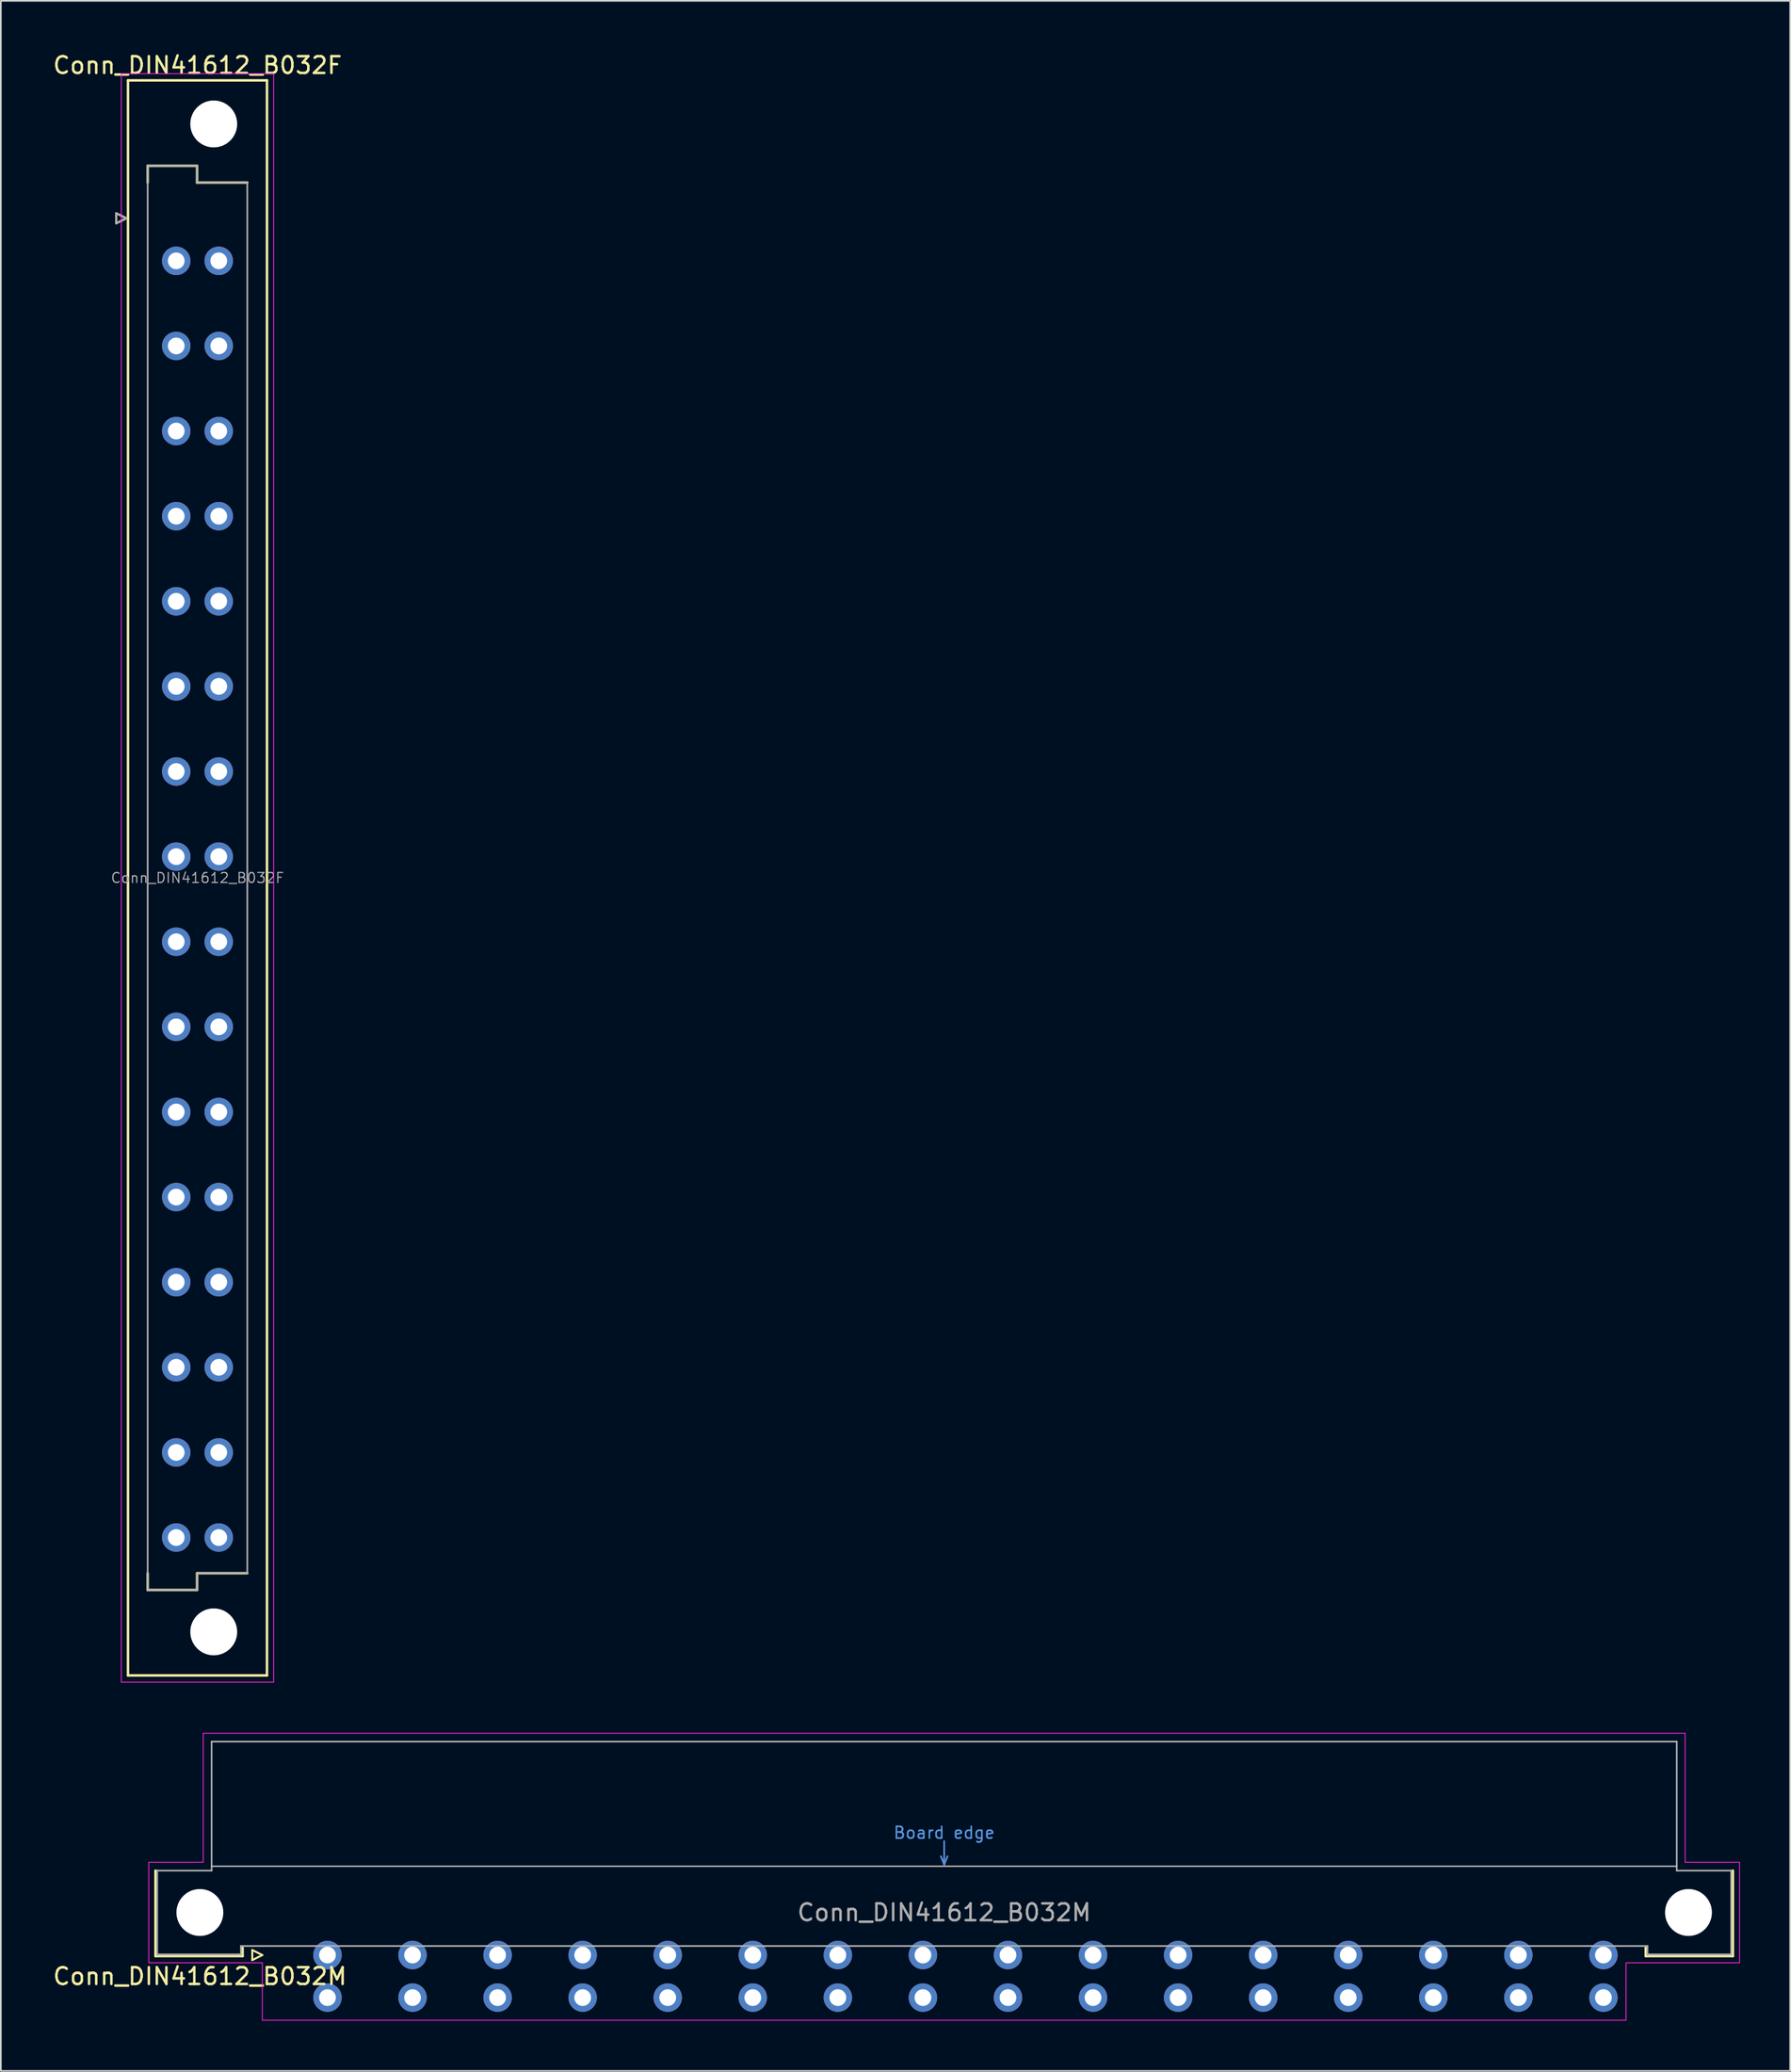
<source format=kicad_pcb>
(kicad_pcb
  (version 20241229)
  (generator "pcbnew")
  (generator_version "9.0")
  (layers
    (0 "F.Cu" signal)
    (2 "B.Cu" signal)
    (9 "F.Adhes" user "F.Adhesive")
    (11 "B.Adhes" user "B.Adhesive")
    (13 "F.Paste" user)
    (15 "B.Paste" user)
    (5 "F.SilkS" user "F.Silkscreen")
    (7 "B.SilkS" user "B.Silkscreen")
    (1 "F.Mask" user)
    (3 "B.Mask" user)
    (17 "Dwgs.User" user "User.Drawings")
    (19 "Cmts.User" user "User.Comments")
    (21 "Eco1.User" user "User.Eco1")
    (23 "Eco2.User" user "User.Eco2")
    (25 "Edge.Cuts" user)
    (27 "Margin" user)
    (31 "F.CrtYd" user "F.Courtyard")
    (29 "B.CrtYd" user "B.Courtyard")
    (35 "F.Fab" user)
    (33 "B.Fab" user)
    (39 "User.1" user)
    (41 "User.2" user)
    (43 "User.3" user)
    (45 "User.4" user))
  (footprint "Conn_DIN41612_B032M"
    (layer "F.Cu")
    (at 13.967 113.638)
    (property "Reference" "Conn_DIN41612_B032M" (at -5.08 1.27 0) (layer "F.SilkS") (effects (font (size 1 1) (thickness 0.15))))
    (attr through_hole)
    (fp_line (start -7.73 0.06) (end -7.73 -5.04) (stroke (width 0.15) (type solid)) (layer "F.SilkS"))
    (fp_line (start -2.53 -0.44) (end -2.53 0.06) (stroke (width 0.15) (type solid)) (layer "F.SilkS"))
    (fp_line (start -2.53 0.06) (end -7.73 0.06) (stroke (width 0.15) (type solid)) (layer "F.SilkS"))
    (fp_line (start -1.95 -0.3) (end -1.95 0.3) (stroke (width 0.12) (type solid)) (layer "F.SilkS"))
    (fp_line (start -1.95 0.3) (end -1.35 0) (stroke (width 0.12) (type solid)) (layer "F.SilkS"))
    (fp_line (start -1.35 0) (end -1.95 -0.3) (stroke (width 0.12) (type solid)) (layer "F.SilkS"))
    (fp_line (start 81.27 -0.44) (end 81.27 0.06) (stroke (width 0.15) (type solid)) (layer "F.SilkS"))
    (fp_line (start 81.27 0.06) (end 86.47 0.06) (stroke (width 0.15) (type solid)) (layer "F.SilkS"))
    (fp_line (start 86.47 0.06) (end 86.47 -5.04) (stroke (width 0.15) (type solid)) (layer "F.SilkS"))
    (fp_line (start -4.38 -5.3) (end 83.12 -5.3) (stroke (width 0.08) (type solid)) (layer "Dwgs.User"))
    (fp_line (start 39.17 -5.9) (end 39.37 -5.4) (stroke (width 0.1) (type solid)) (layer "Cmts.User"))
    (fp_line (start 39.37 -6.8) (end 39.37 -5.4) (stroke (width 0.1) (type solid)) (layer "Cmts.User"))
    (fp_line (start 39.37 -5.4) (end 39.57 -5.9) (stroke (width 0.1) (type solid)) (layer "Cmts.User"))
    (fp_line (start -8.13 -5.54) (end -4.88 -5.54) (stroke (width 0.05) (type solid)) (layer "F.CrtYd"))
    (fp_line (start -8.13 0.46) (end -8.13 -5.54) (stroke (width 0.05) (type solid)) (layer "F.CrtYd"))
    (fp_line (start -4.88 -13.24) (end 83.62 -13.24) (stroke (width 0.05) (type solid)) (layer "F.CrtYd"))
    (fp_line (start -4.88 -5.54) (end -4.88 -13.24) (stroke (width 0.05) (type solid)) (layer "F.CrtYd"))
    (fp_line (start -1.35 0.46) (end -8.13 0.46) (stroke (width 0.05) (type solid)) (layer "F.CrtYd"))
    (fp_line (start -1.35 3.89) (end -1.35 0.46) (stroke (width 0.05) (type solid)) (layer "F.CrtYd"))
    (fp_line (start 80.09 0.46) (end 80.09 3.89) (stroke (width 0.05) (type solid)) (layer "F.CrtYd"))
    (fp_line (start 80.09 3.89) (end -1.35 3.89) (stroke (width 0.05) (type solid)) (layer "F.CrtYd"))
    (fp_line (start 80.87 0.46) (end 80.09 0.46) (stroke (width 0.05) (type solid)) (layer "F.CrtYd"))
    (fp_line (start 83.62 -13.24) (end 83.62 -5.54) (stroke (width 0.05) (type solid)) (layer "F.CrtYd"))
    (fp_line (start 83.62 -5.54) (end 86.87 -5.54) (stroke (width 0.05) (type solid)) (layer "F.CrtYd"))
    (fp_line (start 86.87 -5.54) (end 86.87 0.46) (stroke (width 0.05) (type solid)) (layer "F.CrtYd"))
    (fp_line (start 86.87 0.46) (end 80.87 0.46) (stroke (width 0.05) (type solid)) (layer "F.CrtYd"))
    (fp_line (start -7.63 -5.04) (end -4.38 -5.04) (stroke (width 0.1) (type solid)) (layer "F.Fab"))
    (fp_line (start -7.63 -0.04) (end -7.63 -5.04) (stroke (width 0.1) (type solid)) (layer "F.Fab"))
    (fp_line (start -4.38 -12.74) (end 83.12 -12.74) (stroke (width 0.1) (type solid)) (layer "F.Fab"))
    (fp_line (start -4.38 -5.04) (end -4.38 -12.74) (stroke (width 0.1) (type solid)) (layer "F.Fab"))
    (fp_line (start -2.63 -0.54) (end -2.63 -0.04) (stroke (width 0.1) (type solid)) (layer "F.Fab"))
    (fp_line (start -2.63 -0.04) (end -7.63 -0.04) (stroke (width 0.1) (type solid)) (layer "F.Fab"))
    (fp_line (start 81.37 -0.54) (end -2.63 -0.54) (stroke (width 0.1) (type solid)) (layer "F.Fab"))
    (fp_line (start 81.37 -0.04) (end 81.37 -0.54) (stroke (width 0.1) (type solid)) (layer "F.Fab"))
    (fp_line (start 83.12 -12.74) (end 83.12 -5.04) (stroke (width 0.1) (type solid)) (layer "F.Fab"))
    (fp_line (start 83.12 -5.04) (end 86.37 -5.04) (stroke (width 0.1) (type solid)) (layer "F.Fab"))
    (fp_line (start 86.37 -5.04) (end 86.37 -0.04) (stroke (width 0.1) (type solid)) (layer "F.Fab"))
    (fp_line (start 86.37 -0.04) (end 81.37 -0.04) (stroke (width 0.1) (type solid)) (layer "F.Fab"))
    (fp_text user "Board edge" (at 39.37 -7.3 0) (layer "Cmts.User") (effects (font (size 0.7 0.7) (thickness 0.1))))
    (fp_text user "${REFERENCE}" (at 39.37 -2.54 0) (layer "F.Fab") (effects (font (size 1 1) (thickness 0.15))))
    (pad "" np_thru_hole circle (at -5.08 -2.54) (size 2.8 2.8) (drill 2.8) (layers "*.Cu" "*.Mask"))
    (pad "" np_thru_hole circle (at 83.82 -2.54) (size 2.8 2.8) (drill 2.8) (layers "*.Cu" "*.Mask"))
    (pad "A2" thru_hole circle (at 2.54 0) (size 1.7 1.7) (drill 1) (layers "*.Cu" "*.Mask"))
    (pad "A4" thru_hole circle (at 7.62 0) (size 1.7 1.7) (drill 1) (layers "*.Cu" "*.Mask"))
    (pad "A6" thru_hole circle (at 12.7 0) (size 1.7 1.7) (drill 1) (layers "*.Cu" "*.Mask"))
    (pad "A8" thru_hole circle (at 17.78 0) (size 1.7 1.7) (drill 1) (layers "*.Cu" "*.Mask"))
    (pad "A10" thru_hole circle (at 22.86 0) (size 1.7 1.7) (drill 1) (layers "*.Cu" "*.Mask"))
    (pad "A12" thru_hole circle (at 27.94 0) (size 1.7 1.7) (drill 1) (layers "*.Cu" "*.Mask"))
    (pad "A14" thru_hole circle (at 33.02 0) (size 1.7 1.7) (drill 1) (layers "*.Cu" "*.Mask"))
    (pad "A16" thru_hole circle (at 38.1 0) (size 1.7 1.7) (drill 1) (layers "*.Cu" "*.Mask"))
    (pad "A18" thru_hole circle (at 43.18 0) (size 1.7 1.7) (drill 1) (layers "*.Cu" "*.Mask"))
    (pad "A20" thru_hole circle (at 48.26 0) (size 1.7 1.7) (drill 1) (layers "*.Cu" "*.Mask"))
    (pad "A22" thru_hole circle (at 53.34 0) (size 1.7 1.7) (drill 1) (layers "*.Cu" "*.Mask"))
    (pad "A24" thru_hole circle (at 58.42 0) (size 1.7 1.7) (drill 1) (layers "*.Cu" "*.Mask"))
    (pad "A26" thru_hole circle (at 63.5 0) (size 1.7 1.7) (drill 1) (layers "*.Cu" "*.Mask"))
    (pad "A28" thru_hole circle (at 68.58 0) (size 1.7 1.7) (drill 1) (layers "*.Cu" "*.Mask"))
    (pad "A30" thru_hole circle (at 73.66 0) (size 1.7 1.7) (drill 1) (layers "*.Cu" "*.Mask"))
    (pad "A32" thru_hole circle (at 78.74 0) (size 1.7 1.7) (drill 1) (layers "*.Cu" "*.Mask"))
    (pad "B2" thru_hole circle (at 2.54 2.54) (size 1.7 1.7) (drill 1) (layers "*.Cu" "*.Mask"))
    (pad "B4" thru_hole circle (at 7.62 2.54) (size 1.7 1.7) (drill 1) (layers "*.Cu" "*.Mask"))
    (pad "B6" thru_hole circle (at 12.7 2.54) (size 1.7 1.7) (drill 1) (layers "*.Cu" "*.Mask"))
    (pad "B8" thru_hole circle (at 17.78 2.54) (size 1.7 1.7) (drill 1) (layers "*.Cu" "*.Mask"))
    (pad "B10" thru_hole circle (at 22.86 2.54) (size 1.7 1.7) (drill 1) (layers "*.Cu" "*.Mask"))
    (pad "B12" thru_hole circle (at 27.94 2.54) (size 1.7 1.7) (drill 1) (layers "*.Cu" "*.Mask"))
    (pad "B14" thru_hole circle (at 33.02 2.54) (size 1.7 1.7) (drill 1) (layers "*.Cu" "*.Mask"))
    (pad "B16" thru_hole circle (at 38.1 2.54) (size 1.7 1.7) (drill 1) (layers "*.Cu" "*.Mask"))
    (pad "B18" thru_hole circle (at 43.18 2.54) (size 1.7 1.7) (drill 1) (layers "*.Cu" "*.Mask"))
    (pad "B20" thru_hole circle (at 48.26 2.54) (size 1.7 1.7) (drill 1) (layers "*.Cu" "*.Mask"))
    (pad "B22" thru_hole circle (at 53.34 2.54) (size 1.7 1.7) (drill 1) (layers "*.Cu" "*.Mask"))
    (pad "B24" thru_hole circle (at 58.42 2.54) (size 1.7 1.7) (drill 1) (layers "*.Cu" "*.Mask"))
    (pad "B26" thru_hole circle (at 63.5 2.54) (size 1.7 1.7) (drill 1) (layers "*.Cu" "*.Mask"))
    (pad "B28" thru_hole circle (at 68.58 2.54) (size 1.7 1.7) (drill 1) (layers "*.Cu" "*.Mask"))
    (pad "B30" thru_hole circle (at 73.66 2.54) (size 1.7 1.7) (drill 1) (layers "*.Cu" "*.Mask"))
    (pad "B32" thru_hole circle (at 78.74 2.54) (size 1.7 1.7) (drill 1) (layers "*.Cu" "*.Mask")))
  (footprint "Conn_DIN41612_B032F"
    (layer "F.Cu")
    (at 7.474 9.978)
    (property "Reference" "Conn_DIN41612_B032F" (at 1.27 -9.13 0) (layer "F.SilkS") (effects (font (size 1 1) (thickness 0.15))))
    (attr through_hole)
    (fp_line (start -3.58 -0.3) (end -3.58 0.3) (stroke (width 0.12) (type solid)) (layer "F.SilkS"))
    (fp_line (start -3.58 0.3) (end -2.98 0) (stroke (width 0.12) (type solid)) (layer "F.SilkS"))
    (fp_line (start -2.98 0) (end -3.58 -0.3) (stroke (width 0.12) (type solid)) (layer "F.SilkS"))
    (fp_line (start -2.88 -8.23) (end -2.88 86.97) (stroke (width 0.15) (type solid)) (layer "F.SilkS"))
    (fp_line (start -2.88 86.97) (end 5.42 86.97) (stroke (width 0.15) (type solid)) (layer "F.SilkS"))
    (fp_line (start -1.705 -3.13) (end 1.245 -3.13) (stroke (width 0.15) (type solid)) (layer "F.SilkS"))
    (fp_line (start -1.705 -2.13) (end -1.705 -3.13) (stroke (width 0.15) (type solid)) (layer "F.SilkS"))
    (fp_line (start -1.705 81.87) (end -1.705 80.87) (stroke (width 0.15) (type solid)) (layer "F.SilkS"))
    (fp_line (start 1.245 -3.13) (end 1.245 -2.13) (stroke (width 0.15) (type solid)) (layer "F.SilkS"))
    (fp_line (start 1.245 -2.13) (end 4.245 -2.13) (stroke (width 0.15) (type solid)) (layer "F.SilkS"))
    (fp_line (start 1.245 80.87) (end 1.245 81.87) (stroke (width 0.15) (type solid)) (layer "F.SilkS"))
    (fp_line (start 1.245 81.87) (end -1.705 81.87) (stroke (width 0.15) (type solid)) (layer "F.SilkS"))
    (fp_line (start 4.245 80.87) (end 1.245 80.87) (stroke (width 0.15) (type solid)) (layer "F.SilkS"))
    (fp_line (start 5.42 -8.23) (end -2.88 -8.23) (stroke (width 0.15) (type solid)) (layer "F.SilkS"))
    (fp_line (start 5.42 86.97) (end 5.42 -8.23) (stroke (width 0.15) (type solid)) (layer "F.SilkS"))
    (fp_line (start -3.28 -8.63) (end -3.28 87.37) (stroke (width 0.05) (type solid)) (layer "F.CrtYd"))
    (fp_line (start -3.28 87.37) (end 5.82 87.37) (stroke (width 0.05) (type solid)) (layer "F.CrtYd"))
    (fp_line (start 5.82 -8.63) (end -3.28 -8.63) (stroke (width 0.05) (type solid)) (layer "F.CrtYd"))
    (fp_line (start 5.82 87.37) (end 5.82 -8.63) (stroke (width 0.05) (type solid)) (layer "F.CrtYd"))
    (fp_line (start -3.58 -0.3) (end -3.58 0.3) (stroke (width 0.12) (type solid)) (layer "F.Fab"))
    (fp_line (start -3.58 0.3) (end -2.98 0) (stroke (width 0.12) (type solid)) (layer "F.Fab"))
    (fp_line (start -2.98 0) (end -3.58 -0.3) (stroke (width 0.12) (type solid)) (layer "F.Fab"))
    (fp_line (start -1.705 -3.13) (end 1.245 -3.13) (stroke (width 0.1) (type solid)) (layer "F.Fab"))
    (fp_line (start -1.705 -2.13) (end -1.705 -3.13) (stroke (width 0.1) (type solid)) (layer "F.Fab"))
    (fp_line (start -1.705 80.87) (end -1.705 -2.13) (stroke (width 0.1) (type solid)) (layer "F.Fab"))
    (fp_line (start -1.705 81.87) (end -1.705 80.87) (stroke (width 0.1) (type solid)) (layer "F.Fab"))
    (fp_line (start 1.245 -3.13) (end 1.245 -2.13) (stroke (width 0.1) (type solid)) (layer "F.Fab"))
    (fp_line (start 1.245 -2.13) (end 4.245 -2.13) (stroke (width 0.1) (type solid)) (layer "F.Fab"))
    (fp_line (start 1.245 80.87) (end 1.245 81.87) (stroke (width 0.1) (type solid)) (layer "F.Fab"))
    (fp_line (start 1.245 81.87) (end -1.705 81.87) (stroke (width 0.1) (type solid)) (layer "F.Fab"))
    (fp_line (start 4.245 -2.13) (end 4.245 80.87) (stroke (width 0.1) (type solid)) (layer "F.Fab"))
    (fp_line (start 4.245 80.87) (end 1.245 80.87) (stroke (width 0.1) (type solid)) (layer "F.Fab"))
    (fp_text user "${REFERENCE}" (at 1.27 39.37 0) (layer "F.Fab") (effects (font (size 0.6 0.6) (thickness 0.07))))
    (pad "" np_thru_hole circle (at 2.24 -5.63) (size 2.8 2.8) (drill 2.8) (layers "*.Cu" "*.Mask"))
    (pad "" np_thru_hole circle (at 2.24 84.37) (size 2.8 2.8) (drill 2.8) (layers "*.Cu" "*.Mask"))
    (pad "A2" thru_hole circle (at 0 2.54) (size 1.7 1.7) (drill 1) (layers "*.Cu" "*.Mask"))
    (pad "A4" thru_hole circle (at 0 7.62) (size 1.7 1.7) (drill 1) (layers "*.Cu" "*.Mask"))
    (pad "A6" thru_hole circle (at 0 12.7) (size 1.7 1.7) (drill 1) (layers "*.Cu" "*.Mask"))
    (pad "A8" thru_hole circle (at 0 17.78) (size 1.7 1.7) (drill 1) (layers "*.Cu" "*.Mask"))
    (pad "A10" thru_hole circle (at 0 22.86) (size 1.7 1.7) (drill 1) (layers "*.Cu" "*.Mask"))
    (pad "A12" thru_hole circle (at 0 27.94) (size 1.7 1.7) (drill 1) (layers "*.Cu" "*.Mask"))
    (pad "A14" thru_hole circle (at 0 33.02) (size 1.7 1.7) (drill 1) (layers "*.Cu" "*.Mask"))
    (pad "A16" thru_hole circle (at 0 38.1) (size 1.7 1.7) (drill 1) (layers "*.Cu" "*.Mask"))
    (pad "A18" thru_hole circle (at 0 43.18) (size 1.7 1.7) (drill 1) (layers "*.Cu" "*.Mask"))
    (pad "A20" thru_hole circle (at 0 48.26) (size 1.7 1.7) (drill 1) (layers "*.Cu" "*.Mask"))
    (pad "A22" thru_hole circle (at 0 53.34) (size 1.7 1.7) (drill 1) (layers "*.Cu" "*.Mask"))
    (pad "A24" thru_hole circle (at 0 58.42) (size 1.7 1.7) (drill 1) (layers "*.Cu" "*.Mask"))
    (pad "A26" thru_hole circle (at 0 63.5) (size 1.7 1.7) (drill 1) (layers "*.Cu" "*.Mask"))
    (pad "A28" thru_hole circle (at 0 68.58) (size 1.7 1.7) (drill 1) (layers "*.Cu" "*.Mask"))
    (pad "A30" thru_hole circle (at 0 73.66) (size 1.7 1.7) (drill 1) (layers "*.Cu" "*.Mask"))
    (pad "A32" thru_hole circle (at 0 78.74) (size 1.7 1.7) (drill 1) (layers "*.Cu" "*.Mask"))
    (pad "B2" thru_hole circle (at 2.54 2.54) (size 1.7 1.7) (drill 1) (layers "*.Cu" "*.Mask"))
    (pad "B4" thru_hole circle (at 2.54 7.62) (size 1.7 1.7) (drill 1) (layers "*.Cu" "*.Mask"))
    (pad "B6" thru_hole circle (at 2.54 12.7) (size 1.7 1.7) (drill 1) (layers "*.Cu" "*.Mask"))
    (pad "B8" thru_hole circle (at 2.54 17.78) (size 1.7 1.7) (drill 1) (layers "*.Cu" "*.Mask"))
    (pad "B10" thru_hole circle (at 2.54 22.86) (size 1.7 1.7) (drill 1) (layers "*.Cu" "*.Mask"))
    (pad "B12" thru_hole circle (at 2.54 27.94) (size 1.7 1.7) (drill 1) (layers "*.Cu" "*.Mask"))
    (pad "B14" thru_hole circle (at 2.54 33.02) (size 1.7 1.7) (drill 1) (layers "*.Cu" "*.Mask"))
    (pad "B16" thru_hole circle (at 2.54 38.1) (size 1.7 1.7) (drill 1) (layers "*.Cu" "*.Mask"))
    (pad "B18" thru_hole circle (at 2.54 43.18) (size 1.7 1.7) (drill 1) (layers "*.Cu" "*.Mask"))
    (pad "B20" thru_hole circle (at 2.54 48.26) (size 1.7 1.7) (drill 1) (layers "*.Cu" "*.Mask"))
    (pad "B22" thru_hole circle (at 2.54 53.34) (size 1.7 1.7) (drill 1) (layers "*.Cu" "*.Mask"))
    (pad "B24" thru_hole circle (at 2.54 58.42) (size 1.7 1.7) (drill 1) (layers "*.Cu" "*.Mask"))
    (pad "B26" thru_hole circle (at 2.54 63.5) (size 1.7 1.7) (drill 1) (layers "*.Cu" "*.Mask"))
    (pad "B28" thru_hole circle (at 2.54 68.58) (size 1.7 1.7) (drill 1) (layers "*.Cu" "*.Mask"))
    (pad "B30" thru_hole circle (at 2.54 73.66) (size 1.7 1.7) (drill 1) (layers "*.Cu" "*.Mask"))
    (pad "B32" thru_hole circle (at 2.54 78.74) (size 1.7 1.7) (drill 1) (layers "*.Cu" "*.Mask")))
  (gr_rect
    (start -3 -3)
    (end 103.862 120.553)
    (stroke (width 0.1) (type default))
    (fill no)
    (layer "Edge.Cuts")))
</source>
